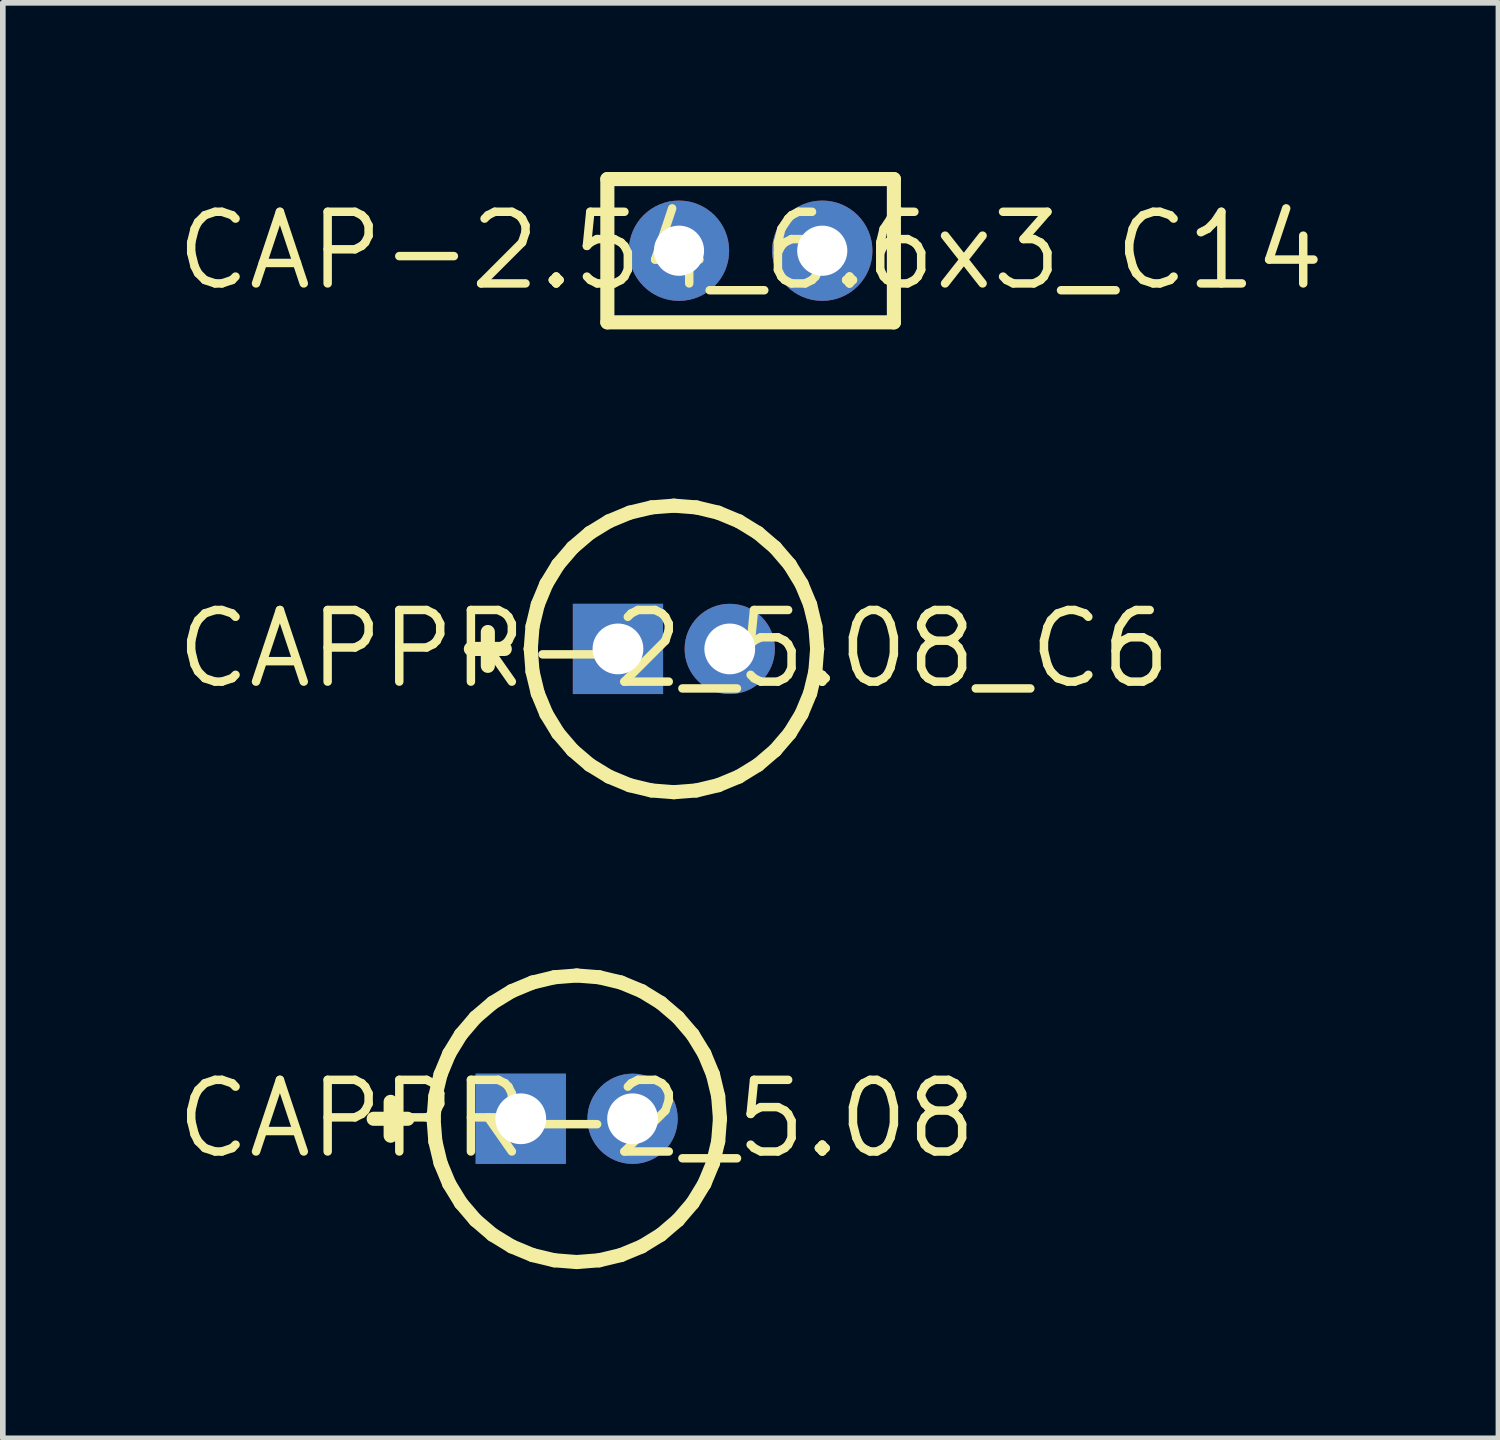
<source format=kicad_pcb>
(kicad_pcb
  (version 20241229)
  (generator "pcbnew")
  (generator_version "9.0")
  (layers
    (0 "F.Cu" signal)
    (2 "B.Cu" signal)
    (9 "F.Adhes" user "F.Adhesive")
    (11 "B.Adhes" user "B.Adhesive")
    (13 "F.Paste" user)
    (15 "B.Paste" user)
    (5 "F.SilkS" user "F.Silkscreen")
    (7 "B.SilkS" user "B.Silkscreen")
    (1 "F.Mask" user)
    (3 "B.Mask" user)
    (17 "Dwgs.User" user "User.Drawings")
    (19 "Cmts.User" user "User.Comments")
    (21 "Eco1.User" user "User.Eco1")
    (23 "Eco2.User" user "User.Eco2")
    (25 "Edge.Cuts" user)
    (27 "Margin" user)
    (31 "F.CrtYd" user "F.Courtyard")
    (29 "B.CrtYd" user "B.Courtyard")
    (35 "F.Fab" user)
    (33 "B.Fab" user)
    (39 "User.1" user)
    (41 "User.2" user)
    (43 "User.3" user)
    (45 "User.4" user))
  (footprint "CAP-2.54_6.6x3_C14"
    (layer "F.Cu")
    (at 10.258 1.395)
    (property "Reference" "CAP-2.54_6.6x3_C14" (at 0 0 0) (layer "F.SilkS") (effects (font (size 1.27 1.27) (thickness 0.15))))
    (fp_line (start -2.54 -1.27) (end 2.54 -1.27) (stroke (width 0.25) (type solid)) (layer "F.SilkS"))
    (fp_line (start -2.54 1.27) (end -2.54 -1.27) (stroke (width 0.25) (type solid)) (layer "F.SilkS"))
    (fp_line (start 2.54 -1.27) (end 2.54 1.27) (stroke (width 0.25) (type solid)) (layer "F.SilkS"))
    (fp_line (start 2.54 1.27) (end -2.54 1.27) (stroke (width 0.25) (type solid)) (layer "F.SilkS"))
    (pad "1" thru_hole circle (at -1.27 0) (size 1.778 1.778) (drill 0.889) (layers "*.Cu" "*.Mask"))
    (pad "2" thru_hole circle (at 1.27 0) (size 1.778 1.778) (drill 0.889) (layers "*.Cu" "*.Mask")))
  (footprint "CAPPR-2_5.08"
    (layer "F.Cu")
    (at 7.174 16.785)
    (property "Reference" "CAPPR-2_5.08" (at 0 0 0) (layer "F.SilkS") (effects (font (size 1.27 1.27) (thickness 0.15))))
    (fp_line (start -3.599 0) (end -2.998 0) (stroke (width 0.25) (type solid)) (layer "F.SilkS"))
    (fp_line (start -3.298 0.3) (end -3.298 -0.3) (stroke (width 0.25) (type solid)) (layer "F.SilkS"))
    (fp_line (start -2.537 -0.002) (end -2.537 0.002) (stroke (width 0.25) (type solid)) (layer "F.SilkS"))
    (fp_line (start -2.537 0.002) (end -2.506 0.399) (stroke (width 0.25) (type solid)) (layer "F.SilkS"))
    (fp_line (start -2.506 -0.399) (end -2.537 -0.002) (stroke (width 0.25) (type solid)) (layer "F.SilkS"))
    (fp_line (start -2.506 0.399) (end -2.413 0.786) (stroke (width 0.25) (type solid)) (layer "F.SilkS"))
    (fp_line (start -2.413 -0.786) (end -2.506 -0.399) (stroke (width 0.25) (type solid)) (layer "F.SilkS"))
    (fp_line (start -2.413 0.786) (end -2.26 1.154) (stroke (width 0.25) (type solid)) (layer "F.SilkS"))
    (fp_line (start -2.26 -1.154) (end -2.413 -0.786) (stroke (width 0.25) (type solid)) (layer "F.SilkS"))
    (fp_line (start -2.26 1.154) (end -2.052 1.494) (stroke (width 0.25) (type solid)) (layer "F.SilkS"))
    (fp_line (start -2.052 -1.494) (end -2.26 -1.154) (stroke (width 0.25) (type solid)) (layer "F.SilkS"))
    (fp_line (start -2.052 1.494) (end -1.794 1.796) (stroke (width 0.25) (type solid)) (layer "F.SilkS"))
    (fp_line (start -1.794 -1.796) (end -2.052 -1.494) (stroke (width 0.25) (type solid)) (layer "F.SilkS"))
    (fp_line (start -1.794 1.796) (end -1.491 2.055) (stroke (width 0.25) (type solid)) (layer "F.SilkS"))
    (fp_line (start -1.491 -2.055) (end -1.794 -1.796) (stroke (width 0.25) (type solid)) (layer "F.SilkS"))
    (fp_line (start -1.491 2.055) (end -1.151 2.263) (stroke (width 0.25) (type solid)) (layer "F.SilkS"))
    (fp_line (start -1.151 -2.263) (end -1.491 -2.055) (stroke (width 0.25) (type solid)) (layer "F.SilkS"))
    (fp_line (start -1.151 2.263) (end -0.783 2.416) (stroke (width 0.25) (type solid)) (layer "F.SilkS"))
    (fp_line (start -0.783 -2.416) (end -1.151 -2.263) (stroke (width 0.25) (type solid)) (layer "F.SilkS"))
    (fp_line (start -0.783 2.416) (end -0.396 2.509) (stroke (width 0.25) (type solid)) (layer "F.SilkS"))
    (fp_line (start -0.396 -2.509) (end -0.783 -2.416) (stroke (width 0.25) (type solid)) (layer "F.SilkS"))
    (fp_line (start -0.396 2.509) (end 0.001 2.54) (stroke (width 0.25) (type solid)) (layer "F.SilkS"))
    (fp_line (start 0.001 -2.54) (end -0.396 -2.509) (stroke (width 0.25) (type solid)) (layer "F.SilkS"))
    (fp_line (start 0.001 2.54) (end 0.398 2.509) (stroke (width 0.25) (type solid)) (layer "F.SilkS"))
    (fp_line (start 0.398 -2.509) (end 0.001 -2.54) (stroke (width 0.25) (type solid)) (layer "F.SilkS"))
    (fp_line (start 0.398 2.509) (end 0.786 2.416) (stroke (width 0.25) (type solid)) (layer "F.SilkS"))
    (fp_line (start 0.786 -2.416) (end 0.398 -2.509) (stroke (width 0.25) (type solid)) (layer "F.SilkS"))
    (fp_line (start 0.786 2.416) (end 1.154 2.263) (stroke (width 0.25) (type solid)) (layer "F.SilkS"))
    (fp_line (start 1.154 -2.263) (end 0.786 -2.416) (stroke (width 0.25) (type solid)) (layer "F.SilkS"))
    (fp_line (start 1.154 2.263) (end 1.493 2.055) (stroke (width 0.25) (type solid)) (layer "F.SilkS"))
    (fp_line (start 1.493 -2.055) (end 1.154 -2.263) (stroke (width 0.25) (type solid)) (layer "F.SilkS"))
    (fp_line (start 1.493 2.055) (end 1.796 1.796) (stroke (width 0.25) (type solid)) (layer "F.SilkS"))
    (fp_line (start 1.796 -1.796) (end 1.493 -2.055) (stroke (width 0.25) (type solid)) (layer "F.SilkS"))
    (fp_line (start 1.796 1.796) (end 2.055 1.494) (stroke (width 0.25) (type solid)) (layer "F.SilkS"))
    (fp_line (start 2.055 -1.494) (end 1.796 -1.796) (stroke (width 0.25) (type solid)) (layer "F.SilkS"))
    (fp_line (start 2.055 1.494) (end 2.263 1.154) (stroke (width 0.25) (type solid)) (layer "F.SilkS"))
    (fp_line (start 2.263 -1.154) (end 2.055 -1.494) (stroke (width 0.25) (type solid)) (layer "F.SilkS"))
    (fp_line (start 2.263 1.154) (end 2.416 0.786) (stroke (width 0.25) (type solid)) (layer "F.SilkS"))
    (fp_line (start 2.416 -0.786) (end 2.263 -1.154) (stroke (width 0.25) (type solid)) (layer "F.SilkS"))
    (fp_line (start 2.416 0.786) (end 2.509 0.399) (stroke (width 0.25) (type solid)) (layer "F.SilkS"))
    (fp_line (start 2.509 -0.399) (end 2.416 -0.786) (stroke (width 0.25) (type solid)) (layer "F.SilkS"))
    (fp_line (start 2.509 0.399) (end 2.54 0.002) (stroke (width 0.25) (type solid)) (layer "F.SilkS"))
    (fp_line (start 2.54 -0.002) (end 2.509 -0.399) (stroke (width 0.25) (type solid)) (layer "F.SilkS"))
    (fp_line (start 2.54 0.002) (end 2.54 -0.002) (stroke (width 0.25) (type solid)) (layer "F.SilkS"))
    (pad "1" thru_hole rect (at -0.991 0) (size 1.6 1.6) (drill 0.9) (layers "*.Cu" "*.Mask"))
    (pad "2" thru_hole circle (at 0.991 0) (size 1.6 1.6) (drill 0.9) (layers "*.Cu" "*.Mask")))
  (footprint "CAPPR-2_5.08_C6"
    (layer "F.Cu")
    (at 8.897 8.455)
    (property "Reference" "CAPPR-2_5.08_C6" (at 0 0 0) (layer "F.SilkS") (effects (font (size 1.27 1.27) (thickness 0.15))))
    (fp_line (start -3.599 0) (end -2.998 0) (stroke (width 0.25) (type solid)) (layer "F.SilkS"))
    (fp_line (start -3.298 0.3) (end -3.298 -0.3) (stroke (width 0.25) (type solid)) (layer "F.SilkS"))
    (fp_line (start -2.537 -0.002) (end -2.537 0.002) (stroke (width 0.25) (type solid)) (layer "F.SilkS"))
    (fp_line (start -2.537 0.002) (end -2.506 0.399) (stroke (width 0.25) (type solid)) (layer "F.SilkS"))
    (fp_line (start -2.506 -0.399) (end -2.537 -0.002) (stroke (width 0.25) (type solid)) (layer "F.SilkS"))
    (fp_line (start -2.506 0.399) (end -2.413 0.786) (stroke (width 0.25) (type solid)) (layer "F.SilkS"))
    (fp_line (start -2.413 -0.786) (end -2.506 -0.399) (stroke (width 0.25) (type solid)) (layer "F.SilkS"))
    (fp_line (start -2.413 0.786) (end -2.26 1.154) (stroke (width 0.25) (type solid)) (layer "F.SilkS"))
    (fp_line (start -2.26 -1.154) (end -2.413 -0.786) (stroke (width 0.25) (type solid)) (layer "F.SilkS"))
    (fp_line (start -2.26 1.154) (end -2.052 1.494) (stroke (width 0.25) (type solid)) (layer "F.SilkS"))
    (fp_line (start -2.052 -1.494) (end -2.26 -1.154) (stroke (width 0.25) (type solid)) (layer "F.SilkS"))
    (fp_line (start -2.052 1.494) (end -1.794 1.796) (stroke (width 0.25) (type solid)) (layer "F.SilkS"))
    (fp_line (start -1.794 -1.796) (end -2.052 -1.494) (stroke (width 0.25) (type solid)) (layer "F.SilkS"))
    (fp_line (start -1.794 1.796) (end -1.491 2.055) (stroke (width 0.25) (type solid)) (layer "F.SilkS"))
    (fp_line (start -1.491 -2.055) (end -1.794 -1.796) (stroke (width 0.25) (type solid)) (layer "F.SilkS"))
    (fp_line (start -1.491 2.055) (end -1.151 2.263) (stroke (width 0.25) (type solid)) (layer "F.SilkS"))
    (fp_line (start -1.151 -2.263) (end -1.491 -2.055) (stroke (width 0.25) (type solid)) (layer "F.SilkS"))
    (fp_line (start -1.151 2.263) (end -0.783 2.416) (stroke (width 0.25) (type solid)) (layer "F.SilkS"))
    (fp_line (start -0.783 -2.416) (end -1.151 -2.263) (stroke (width 0.25) (type solid)) (layer "F.SilkS"))
    (fp_line (start -0.783 2.416) (end -0.396 2.509) (stroke (width 0.25) (type solid)) (layer "F.SilkS"))
    (fp_line (start -0.396 -2.509) (end -0.783 -2.416) (stroke (width 0.25) (type solid)) (layer "F.SilkS"))
    (fp_line (start -0.396 2.509) (end 0.001 2.54) (stroke (width 0.25) (type solid)) (layer "F.SilkS"))
    (fp_line (start 0.001 -2.54) (end -0.396 -2.509) (stroke (width 0.25) (type solid)) (layer "F.SilkS"))
    (fp_line (start 0.001 2.54) (end 0.398 2.509) (stroke (width 0.25) (type solid)) (layer "F.SilkS"))
    (fp_line (start 0.398 -2.509) (end 0.001 -2.54) (stroke (width 0.25) (type solid)) (layer "F.SilkS"))
    (fp_line (start 0.398 2.509) (end 0.786 2.416) (stroke (width 0.25) (type solid)) (layer "F.SilkS"))
    (fp_line (start 0.786 -2.416) (end 0.398 -2.509) (stroke (width 0.25) (type solid)) (layer "F.SilkS"))
    (fp_line (start 0.786 2.416) (end 1.154 2.263) (stroke (width 0.25) (type solid)) (layer "F.SilkS"))
    (fp_line (start 1.154 -2.263) (end 0.786 -2.416) (stroke (width 0.25) (type solid)) (layer "F.SilkS"))
    (fp_line (start 1.154 2.263) (end 1.493 2.055) (stroke (width 0.25) (type solid)) (layer "F.SilkS"))
    (fp_line (start 1.493 -2.055) (end 1.154 -2.263) (stroke (width 0.25) (type solid)) (layer "F.SilkS"))
    (fp_line (start 1.493 2.055) (end 1.796 1.796) (stroke (width 0.25) (type solid)) (layer "F.SilkS"))
    (fp_line (start 1.796 -1.796) (end 1.493 -2.055) (stroke (width 0.25) (type solid)) (layer "F.SilkS"))
    (fp_line (start 1.796 1.796) (end 2.055 1.494) (stroke (width 0.25) (type solid)) (layer "F.SilkS"))
    (fp_line (start 2.055 -1.494) (end 1.796 -1.796) (stroke (width 0.25) (type solid)) (layer "F.SilkS"))
    (fp_line (start 2.055 1.494) (end 2.263 1.154) (stroke (width 0.25) (type solid)) (layer "F.SilkS"))
    (fp_line (start 2.263 -1.154) (end 2.055 -1.494) (stroke (width 0.25) (type solid)) (layer "F.SilkS"))
    (fp_line (start 2.263 1.154) (end 2.416 0.786) (stroke (width 0.25) (type solid)) (layer "F.SilkS"))
    (fp_line (start 2.416 -0.786) (end 2.263 -1.154) (stroke (width 0.25) (type solid)) (layer "F.SilkS"))
    (fp_line (start 2.416 0.786) (end 2.509 0.399) (stroke (width 0.25) (type solid)) (layer "F.SilkS"))
    (fp_line (start 2.509 -0.399) (end 2.416 -0.786) (stroke (width 0.25) (type solid)) (layer "F.SilkS"))
    (fp_line (start 2.509 0.399) (end 2.54 0.002) (stroke (width 0.25) (type solid)) (layer "F.SilkS"))
    (fp_line (start 2.54 -0.002) (end 2.509 -0.399) (stroke (width 0.25) (type solid)) (layer "F.SilkS"))
    (fp_line (start 2.54 0.002) (end 2.54 -0.002) (stroke (width 0.25) (type solid)) (layer "F.SilkS"))
    (pad "1" thru_hole rect (at -0.991 0) (size 1.6 1.6) (drill 0.9) (layers "*.Cu" "*.Mask"))
    (pad "2" thru_hole circle (at 0.991 0) (size 1.6 1.6) (drill 0.9) (layers "*.Cu" "*.Mask")))
  (gr_rect
    (start -3 -3)
    (end 23.516 22.45)
    (stroke (width 0.1) (type default))
    (fill no)
    (layer "Edge.Cuts")))
</source>
